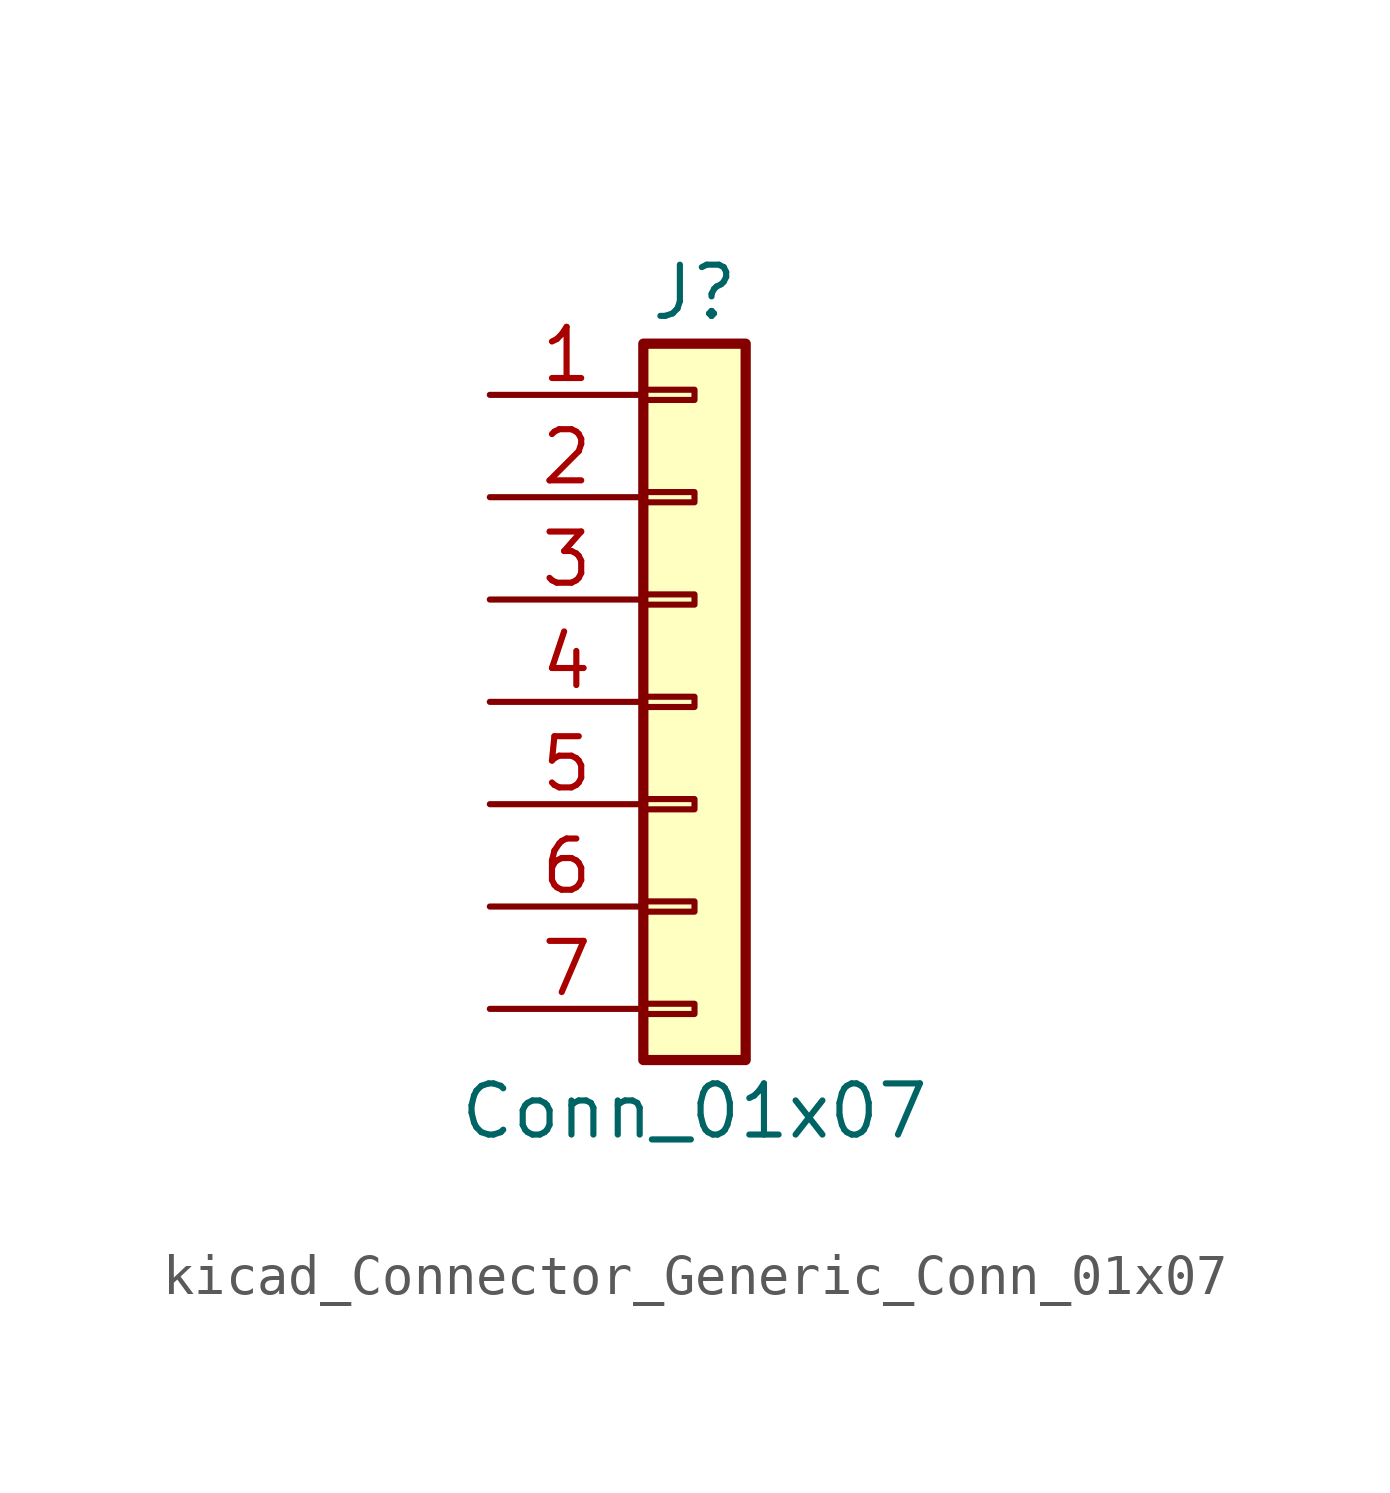
<source format=kicad_sym>
(kicad_symbol_lib
  (version 20220914)
  (generator kicad_symbol_editor)
  (symbol "kicad_Connector_Generic_Conn_01x07"
    (pin_names
      (offset 1.016) hide)
    (property "Reference" "J"
      (at 0 10.16 0)
      (effects (font (size 1.27 1.27))))
    (property "Value" "Conn_01x07"
      (at 0 -10.16 0)
      (effects (font (size 1.27 1.27))))
    (symbol "kicad_Connector_Generic_Conn_01x07_1_1"
      (rectangle (start -1.27 -7.493) (end 0 -7.747) (stroke (width 0.152) (type default)) (fill (type none)))
      (rectangle (start -1.27 -4.953) (end 0 -5.207) (stroke (width 0.152) (type default)) (fill (type none)))
      (rectangle (start -1.27 -2.413) (end 0 -2.667) (stroke (width 0.152) (type default)) (fill (type none)))
      (rectangle (start -1.27 0.127) (end 0 -0.127) (stroke (width 0.152) (type default)) (fill (type none)))
      (rectangle (start -1.27 2.667) (end 0 2.413) (stroke (width 0.152) (type default)) (fill (type none)))
      (rectangle (start -1.27 5.207) (end 0 4.953) (stroke (width 0.152) (type default)) (fill (type none)))
      (rectangle (start -1.27 7.747) (end 0 7.493) (stroke (width 0.152) (type default)) (fill (type none)))
      (rectangle (start -1.27 8.89) (end 1.27 -8.89) (stroke (width 0.254) (type default)) (fill (type background)))
      (pin passive line (at -5.08 7.62 0) (length 3.81) (name "Pin_1" (effects (font (size 1.27 1.27)))) (number "1" (effects (font (size 1.27 1.27)))))
      (pin passive line (at -5.08 5.08 0) (length 3.81) (name "Pin_2" (effects (font (size 1.27 1.27)))) (number "2" (effects (font (size 1.27 1.27)))))
      (pin passive line (at -5.08 2.54 0) (length 3.81) (name "Pin_3" (effects (font (size 1.27 1.27)))) (number "3" (effects (font (size 1.27 1.27)))))
      (pin passive line (at -5.08 0 0) (length 3.81) (name "Pin_4" (effects (font (size 1.27 1.27)))) (number "4" (effects (font (size 1.27 1.27)))))
      (pin passive line (at -5.08 -2.54 0) (length 3.81) (name "Pin_5" (effects (font (size 1.27 1.27)))) (number "5" (effects (font (size 1.27 1.27)))))
      (pin passive line (at -5.08 -5.08 0) (length 3.81) (name "Pin_6" (effects (font (size 1.27 1.27)))) (number "6" (effects (font (size 1.27 1.27)))))
      (pin passive line (at -5.08 -7.62 0) (length 3.81) (name "Pin_7" (effects (font (size 1.27 1.27)))) (number "7" (effects (font (size 1.27 1.27))))))))
</source>
